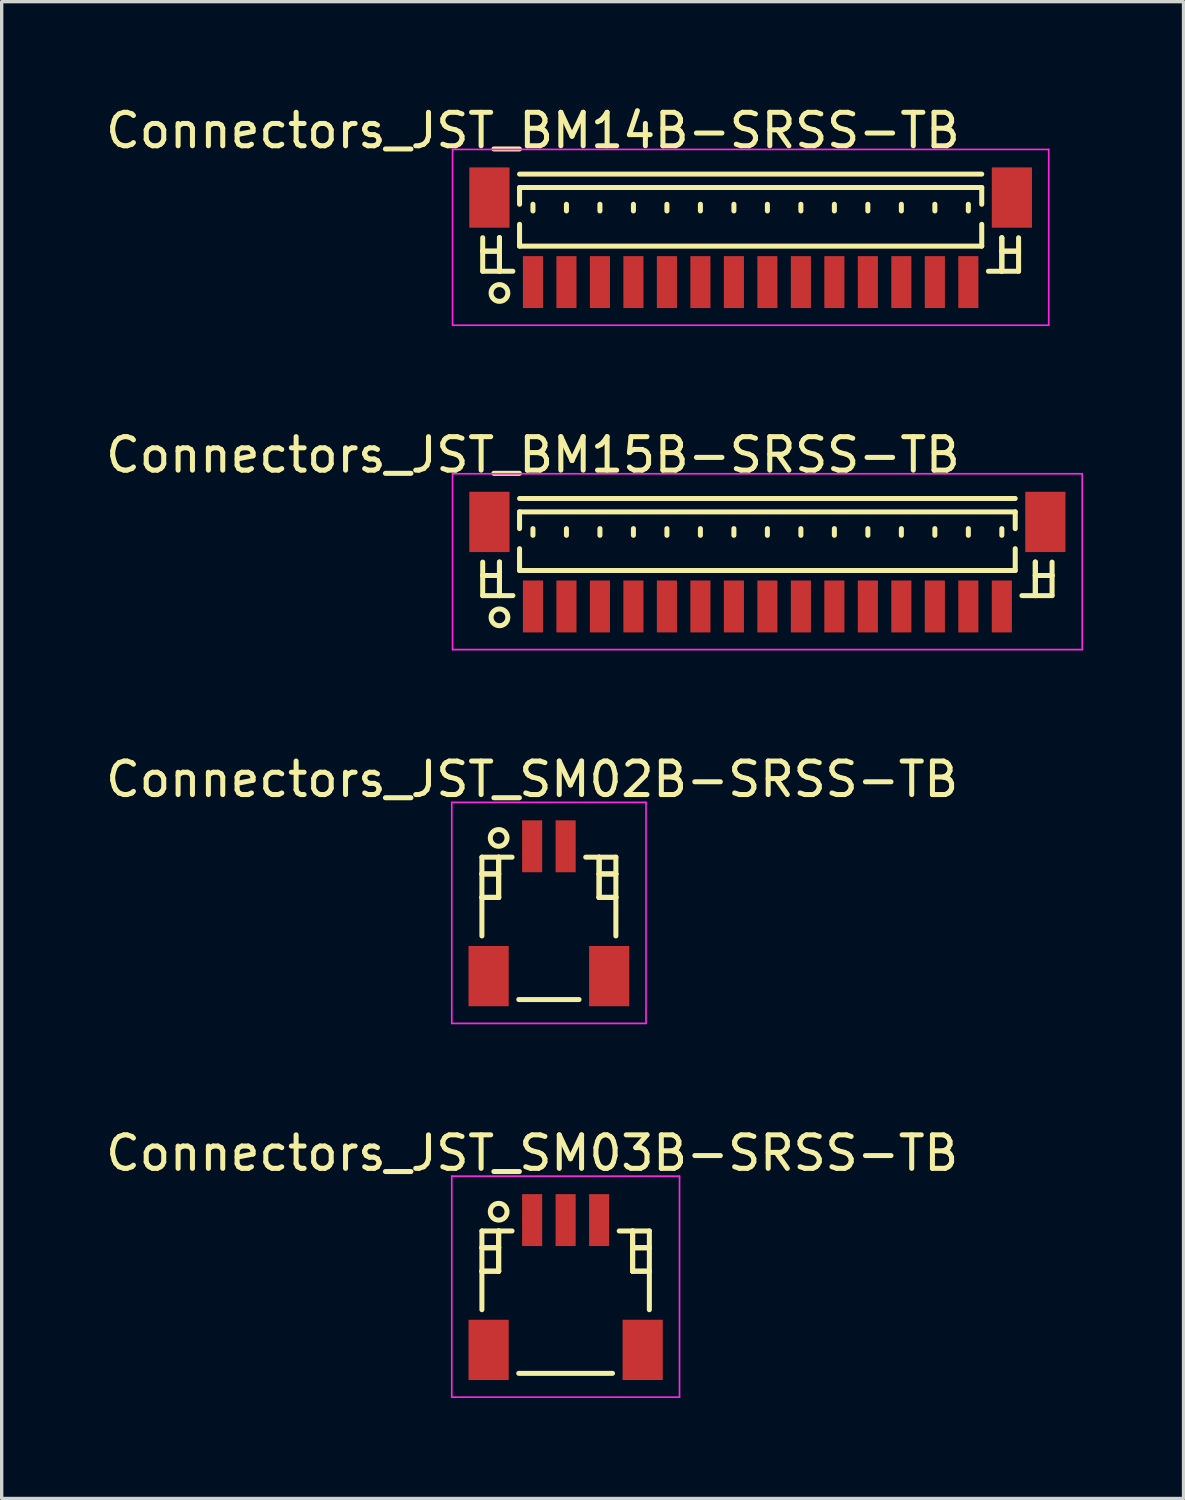
<source format=kicad_pcb>
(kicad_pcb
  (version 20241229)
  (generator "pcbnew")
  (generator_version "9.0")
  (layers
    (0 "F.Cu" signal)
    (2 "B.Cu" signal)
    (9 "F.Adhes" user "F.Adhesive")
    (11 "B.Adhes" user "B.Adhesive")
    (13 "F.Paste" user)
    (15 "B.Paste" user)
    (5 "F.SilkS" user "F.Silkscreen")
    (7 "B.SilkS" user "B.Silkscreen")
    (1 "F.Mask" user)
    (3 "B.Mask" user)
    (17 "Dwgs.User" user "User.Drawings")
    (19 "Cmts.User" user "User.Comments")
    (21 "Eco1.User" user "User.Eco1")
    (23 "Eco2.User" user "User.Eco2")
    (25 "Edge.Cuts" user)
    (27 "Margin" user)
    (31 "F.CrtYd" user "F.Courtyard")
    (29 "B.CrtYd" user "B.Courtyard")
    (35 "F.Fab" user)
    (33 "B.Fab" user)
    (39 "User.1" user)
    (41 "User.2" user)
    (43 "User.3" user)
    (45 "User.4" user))
  (footprint "Connectors_JST_SM02B-SRSS-TB"
    (layer "F.Cu")
    (at 13.339 24.157)
    (property "Reference" "Connectors_JST_SM02B-SRSS-TB" (at -0.5 -3.938 0) (layer "F.SilkS") (effects (font (size 1 1) (thickness 0.15))))
    (attr smd)
    (fp_line (start -2 -1.613) (end -1.1 -1.613) (stroke (width 0.15) (type solid)) (layer "F.SilkS"))
    (fp_line (start -2 -1.113) (end -2 -1.113) (stroke (width 0.15) (type solid)) (layer "F.SilkS"))
    (fp_line (start -2 -1.113) (end -1.5 -1.113) (stroke (width 0.15) (type solid)) (layer "F.SilkS"))
    (fp_line (start -2 -0.412) (end -2 -0.412) (stroke (width 0.15) (type solid)) (layer "F.SilkS"))
    (fp_line (start -2 -0.412) (end -1.5 -0.412) (stroke (width 0.15) (type solid)) (layer "F.SilkS"))
    (fp_line (start -2 0.738) (end -2 -1.613) (stroke (width 0.15) (type solid)) (layer "F.SilkS"))
    (fp_line (start -1.5 -1.613) (end -1.5 -1.613) (stroke (width 0.15) (type solid)) (layer "F.SilkS"))
    (fp_line (start -1.5 -1.613) (end -1.5 -0.412) (stroke (width 0.15) (type solid)) (layer "F.SilkS"))
    (fp_line (start -1.5 -1.113) (end -2 -1.113) (stroke (width 0.15) (type solid)) (layer "F.SilkS"))
    (fp_line (start -1.5 -1.113) (end -1.5 -1.113) (stroke (width 0.15) (type solid)) (layer "F.SilkS"))
    (fp_line (start -1.5 -0.412) (end -2 -0.412) (stroke (width 0.15) (type solid)) (layer "F.SilkS"))
    (fp_line (start -1.5 -0.412) (end -1.5 -1.613) (stroke (width 0.15) (type solid)) (layer "F.SilkS"))
    (fp_line (start -1.5 -0.412) (end -1.5 -0.412) (stroke (width 0.15) (type solid)) (layer "F.SilkS"))
    (fp_line (start -1.5 -0.412) (end -1.5 -0.412) (stroke (width 0.15) (type solid)) (layer "F.SilkS"))
    (fp_line (start -0.9 2.638) (end 0.9 2.638) (stroke (width 0.15) (type solid)) (layer "F.SilkS"))
    (fp_line (start 1.5 -1.613) (end 1.5 -1.613) (stroke (width 0.15) (type solid)) (layer "F.SilkS"))
    (fp_line (start 1.5 -1.613) (end 1.5 -0.412) (stroke (width 0.15) (type solid)) (layer "F.SilkS"))
    (fp_line (start 1.5 -1.113) (end 1.5 -1.113) (stroke (width 0.15) (type solid)) (layer "F.SilkS"))
    (fp_line (start 1.5 -1.113) (end 2 -1.113) (stroke (width 0.15) (type solid)) (layer "F.SilkS"))
    (fp_line (start 1.5 -0.412) (end 1.5 -1.613) (stroke (width 0.15) (type solid)) (layer "F.SilkS"))
    (fp_line (start 1.5 -0.412) (end 1.5 -0.412) (stroke (width 0.15) (type solid)) (layer "F.SilkS"))
    (fp_line (start 1.5 -0.412) (end 1.5 -0.412) (stroke (width 0.15) (type solid)) (layer "F.SilkS"))
    (fp_line (start 1.5 -0.412) (end 2 -0.412) (stroke (width 0.15) (type solid)) (layer "F.SilkS"))
    (fp_line (start 2 -1.613) (end 1.1 -1.613) (stroke (width 0.15) (type solid)) (layer "F.SilkS"))
    (fp_line (start 2 -1.113) (end 1.5 -1.113) (stroke (width 0.15) (type solid)) (layer "F.SilkS"))
    (fp_line (start 2 -1.113) (end 2 -1.113) (stroke (width 0.15) (type solid)) (layer "F.SilkS"))
    (fp_line (start 2 -0.412) (end 1.5 -0.412) (stroke (width 0.15) (type solid)) (layer "F.SilkS"))
    (fp_line (start 2 -0.412) (end 2 -0.412) (stroke (width 0.15) (type solid)) (layer "F.SilkS"))
    (fp_line (start 2 0.738) (end 2 -1.613) (stroke (width 0.15) (type solid)) (layer "F.SilkS"))
    (fp_circle (center -1.5 -2.188) (end -1.25 -2.188) (stroke (width 0.15) (type solid)) (fill no) (layer "F.SilkS"))
    (fp_line (start -2.9 -3.25) (end 2.9 -3.25) (stroke (width 0.05) (type solid)) (layer "F.CrtYd"))
    (fp_line (start -2.9 3.35) (end -2.9 -3.25) (stroke (width 0.05) (type solid)) (layer "F.CrtYd"))
    (fp_line (start 2.9 -3.25) (end 2.9 3.35) (stroke (width 0.05) (type solid)) (layer "F.CrtYd"))
    (fp_line (start 2.9 3.35) (end -2.9 3.35) (stroke (width 0.05) (type solid)) (layer "F.CrtYd"))
    (pad "" smd rect (at -1.8 1.938) (size 1.2 1.8) (layers "F.Cu" "F.Mask" "F.Paste"))
    (pad "" smd rect (at 1.8 1.938) (size 1.2 1.8) (layers "F.Cu" "F.Mask" "F.Paste"))
    (pad "1" smd rect (at -0.5 -1.938) (size 0.6 1.55) (layers "F.Cu" "F.Mask" "F.Paste"))
    (pad "2" smd rect (at 0.5 -1.938) (size 0.6 1.55) (layers "F.Cu" "F.Mask" "F.Paste")))
  (footprint "Connectors_JST_SM03B-SRSS-TB"
    (layer "F.Cu")
    (at 13.839 35.318)
    (property "Reference" "Connectors_JST_SM03B-SRSS-TB" (at -1 -3.938 0) (layer "F.SilkS") (effects (font (size 1 1) (thickness 0.15))))
    (attr smd)
    (fp_line (start -2.5 -1.613) (end -1.6 -1.613) (stroke (width 0.15) (type solid)) (layer "F.SilkS"))
    (fp_line (start -2.5 -1.113) (end -2.5 -1.113) (stroke (width 0.15) (type solid)) (layer "F.SilkS"))
    (fp_line (start -2.5 -1.113) (end -2 -1.113) (stroke (width 0.15) (type solid)) (layer "F.SilkS"))
    (fp_line (start -2.5 -0.412) (end -2.5 -0.412) (stroke (width 0.15) (type solid)) (layer "F.SilkS"))
    (fp_line (start -2.5 -0.412) (end -2 -0.412) (stroke (width 0.15) (type solid)) (layer "F.SilkS"))
    (fp_line (start -2.5 0.738) (end -2.5 -1.613) (stroke (width 0.15) (type solid)) (layer "F.SilkS"))
    (fp_line (start -2 -1.613) (end -2 -1.613) (stroke (width 0.15) (type solid)) (layer "F.SilkS"))
    (fp_line (start -2 -1.613) (end -2 -0.412) (stroke (width 0.15) (type solid)) (layer "F.SilkS"))
    (fp_line (start -2 -1.113) (end -2.5 -1.113) (stroke (width 0.15) (type solid)) (layer "F.SilkS"))
    (fp_line (start -2 -1.113) (end -2 -1.113) (stroke (width 0.15) (type solid)) (layer "F.SilkS"))
    (fp_line (start -2 -0.412) (end -2.5 -0.412) (stroke (width 0.15) (type solid)) (layer "F.SilkS"))
    (fp_line (start -2 -0.412) (end -2 -1.613) (stroke (width 0.15) (type solid)) (layer "F.SilkS"))
    (fp_line (start -2 -0.412) (end -2 -0.412) (stroke (width 0.15) (type solid)) (layer "F.SilkS"))
    (fp_line (start -2 -0.412) (end -2 -0.412) (stroke (width 0.15) (type solid)) (layer "F.SilkS"))
    (fp_line (start -1.4 2.638) (end 1.4 2.638) (stroke (width 0.15) (type solid)) (layer "F.SilkS"))
    (fp_line (start 2 -1.613) (end 2 -1.613) (stroke (width 0.15) (type solid)) (layer "F.SilkS"))
    (fp_line (start 2 -1.613) (end 2 -0.412) (stroke (width 0.15) (type solid)) (layer "F.SilkS"))
    (fp_line (start 2 -1.113) (end 2 -1.113) (stroke (width 0.15) (type solid)) (layer "F.SilkS"))
    (fp_line (start 2 -1.113) (end 2.5 -1.113) (stroke (width 0.15) (type solid)) (layer "F.SilkS"))
    (fp_line (start 2 -0.412) (end 2 -1.613) (stroke (width 0.15) (type solid)) (layer "F.SilkS"))
    (fp_line (start 2 -0.412) (end 2 -0.412) (stroke (width 0.15) (type solid)) (layer "F.SilkS"))
    (fp_line (start 2 -0.412) (end 2 -0.412) (stroke (width 0.15) (type solid)) (layer "F.SilkS"))
    (fp_line (start 2 -0.412) (end 2.5 -0.412) (stroke (width 0.15) (type solid)) (layer "F.SilkS"))
    (fp_line (start 2.5 -1.613) (end 1.6 -1.613) (stroke (width 0.15) (type solid)) (layer "F.SilkS"))
    (fp_line (start 2.5 -1.113) (end 2 -1.113) (stroke (width 0.15) (type solid)) (layer "F.SilkS"))
    (fp_line (start 2.5 -1.113) (end 2.5 -1.113) (stroke (width 0.15) (type solid)) (layer "F.SilkS"))
    (fp_line (start 2.5 -0.412) (end 2 -0.412) (stroke (width 0.15) (type solid)) (layer "F.SilkS"))
    (fp_line (start 2.5 -0.412) (end 2.5 -0.412) (stroke (width 0.15) (type solid)) (layer "F.SilkS"))
    (fp_line (start 2.5 0.738) (end 2.5 -1.613) (stroke (width 0.15) (type solid)) (layer "F.SilkS"))
    (fp_circle (center -2 -2.188) (end -1.75 -2.188) (stroke (width 0.15) (type solid)) (fill no) (layer "F.SilkS"))
    (fp_line (start -3.4 -3.25) (end 3.4 -3.25) (stroke (width 0.05) (type solid)) (layer "F.CrtYd"))
    (fp_line (start -3.4 3.35) (end -3.4 -3.25) (stroke (width 0.05) (type solid)) (layer "F.CrtYd"))
    (fp_line (start 3.4 -3.25) (end 3.4 3.35) (stroke (width 0.05) (type solid)) (layer "F.CrtYd"))
    (fp_line (start 3.4 3.35) (end -3.4 3.35) (stroke (width 0.05) (type solid)) (layer "F.CrtYd"))
    (pad "" smd rect (at -2.3 1.938) (size 1.2 1.8) (layers "F.Cu" "F.Mask" "F.Paste"))
    (pad "" smd rect (at 2.3 1.938) (size 1.2 1.8) (layers "F.Cu" "F.Mask" "F.Paste"))
    (pad "1" smd rect (at -1 -1.938) (size 0.6 1.55) (layers "F.Cu" "F.Mask" "F.Paste"))
    (pad "2" smd rect (at 0 -1.938) (size 0.6 1.55) (layers "F.Cu" "F.Mask" "F.Paste"))
    (pad "3" smd rect (at 1 -1.938) (size 0.6 1.55) (layers "F.Cu" "F.Mask" "F.Paste")))
  (footprint "Connectors_JST_BM14B-SRSS-TB"
    (layer "F.Cu")
    (at 19.363 4.111)
    (property "Reference" "Connectors_JST_BM14B-SRSS-TB" (at -6.5 -3.263 0) (layer "F.SilkS") (effects (font (size 1 1) (thickness 0.15))))
    (attr smd)
    (fp_line (start -8 -0.062) (end -8 0.938) (stroke (width 0.15) (type solid)) (layer "F.SilkS"))
    (fp_line (start -8 0.338) (end -8 0.338) (stroke (width 0.15) (type solid)) (layer "F.SilkS"))
    (fp_line (start -8 0.338) (end -7.5 0.338) (stroke (width 0.15) (type solid)) (layer "F.SilkS"))
    (fp_line (start -8 0.938) (end -7.1 0.938) (stroke (width 0.15) (type solid)) (layer "F.SilkS"))
    (fp_line (start -7.5 -0.062) (end -7.5 -0.062) (stroke (width 0.15) (type solid)) (layer "F.SilkS"))
    (fp_line (start -7.5 -0.062) (end -7.5 0.938) (stroke (width 0.15) (type solid)) (layer "F.SilkS"))
    (fp_line (start -7.5 0.338) (end -8 0.338) (stroke (width 0.15) (type solid)) (layer "F.SilkS"))
    (fp_line (start -7.5 0.338) (end -7.5 0.338) (stroke (width 0.15) (type solid)) (layer "F.SilkS"))
    (fp_line (start -7.5 0.938) (end -7.5 -0.062) (stroke (width 0.15) (type solid)) (layer "F.SilkS"))
    (fp_line (start -7.5 0.938) (end -7.5 0.938) (stroke (width 0.15) (type solid)) (layer "F.SilkS"))
    (fp_line (start -6.9 -1.962) (end 6.9 -1.962) (stroke (width 0.15) (type solid)) (layer "F.SilkS"))
    (fp_line (start -6.9 -1.562) (end 6.9 -1.562) (stroke (width 0.15) (type solid)) (layer "F.SilkS"))
    (fp_line (start -6.9 -1.062) (end -6.9 -1.562) (stroke (width 0.15) (type solid)) (layer "F.SilkS"))
    (fp_line (start -6.9 -0.463) (end -6.9 0.188) (stroke (width 0.15) (type solid)) (layer "F.SilkS"))
    (fp_line (start -6.9 0.188) (end 6.9 0.188) (stroke (width 0.15) (type solid)) (layer "F.SilkS"))
    (fp_line (start -6.5 -1.062) (end -6.5 -0.863) (stroke (width 0.15) (type solid)) (layer "F.SilkS"))
    (fp_line (start -5.5 -1.062) (end -5.5 -0.863) (stroke (width 0.15) (type solid)) (layer "F.SilkS"))
    (fp_line (start -4.5 -1.062) (end -4.5 -0.863) (stroke (width 0.15) (type solid)) (layer "F.SilkS"))
    (fp_line (start -3.5 -1.062) (end -3.5 -0.863) (stroke (width 0.15) (type solid)) (layer "F.SilkS"))
    (fp_line (start -2.5 -1.062) (end -2.5 -0.863) (stroke (width 0.15) (type solid)) (layer "F.SilkS"))
    (fp_line (start -1.5 -1.062) (end -1.5 -0.863) (stroke (width 0.15) (type solid)) (layer "F.SilkS"))
    (fp_line (start -0.5 -1.062) (end -0.5 -0.863) (stroke (width 0.15) (type solid)) (layer "F.SilkS"))
    (fp_line (start 0.5 -1.062) (end 0.5 -0.863) (stroke (width 0.15) (type solid)) (layer "F.SilkS"))
    (fp_line (start 1.5 -1.062) (end 1.5 -0.863) (stroke (width 0.15) (type solid)) (layer "F.SilkS"))
    (fp_line (start 2.5 -1.062) (end 2.5 -0.863) (stroke (width 0.15) (type solid)) (layer "F.SilkS"))
    (fp_line (start 3.5 -1.062) (end 3.5 -0.863) (stroke (width 0.15) (type solid)) (layer "F.SilkS"))
    (fp_line (start 4.5 -1.062) (end 4.5 -0.863) (stroke (width 0.15) (type solid)) (layer "F.SilkS"))
    (fp_line (start 5.5 -1.062) (end 5.5 -0.863) (stroke (width 0.15) (type solid)) (layer "F.SilkS"))
    (fp_line (start 6.5 -1.062) (end 6.5 -0.863) (stroke (width 0.15) (type solid)) (layer "F.SilkS"))
    (fp_line (start 6.9 -1.562) (end 6.9 -1.062) (stroke (width 0.15) (type solid)) (layer "F.SilkS"))
    (fp_line (start 6.9 0.188) (end 6.9 -0.463) (stroke (width 0.15) (type solid)) (layer "F.SilkS"))
    (fp_line (start 7.5 -0.062) (end 7.5 -0.062) (stroke (width 0.15) (type solid)) (layer "F.SilkS"))
    (fp_line (start 7.5 -0.062) (end 7.5 0.938) (stroke (width 0.15) (type solid)) (layer "F.SilkS"))
    (fp_line (start 7.5 0.338) (end 7.5 0.338) (stroke (width 0.15) (type solid)) (layer "F.SilkS"))
    (fp_line (start 7.5 0.338) (end 8 0.338) (stroke (width 0.15) (type solid)) (layer "F.SilkS"))
    (fp_line (start 7.5 0.938) (end 7.5 -0.062) (stroke (width 0.15) (type solid)) (layer "F.SilkS"))
    (fp_line (start 7.5 0.938) (end 7.5 0.938) (stroke (width 0.15) (type solid)) (layer "F.SilkS"))
    (fp_line (start 8 -0.062) (end 8 0.938) (stroke (width 0.15) (type solid)) (layer "F.SilkS"))
    (fp_line (start 8 0.338) (end 7.5 0.338) (stroke (width 0.15) (type solid)) (layer "F.SilkS"))
    (fp_line (start 8 0.338) (end 8 0.338) (stroke (width 0.15) (type solid)) (layer "F.SilkS"))
    (fp_line (start 8 0.938) (end 7.1 0.938) (stroke (width 0.15) (type solid)) (layer "F.SilkS"))
    (fp_circle (center -7.5 1.587) (end -7.25 1.587) (stroke (width 0.15) (type solid)) (fill no) (layer "F.SilkS"))
    (fp_line (start -8.9 -2.7) (end 8.9 -2.7) (stroke (width 0.05) (type solid)) (layer "F.CrtYd"))
    (fp_line (start -8.9 2.55) (end -8.9 -2.7) (stroke (width 0.05) (type solid)) (layer "F.CrtYd"))
    (fp_line (start 8.9 -2.7) (end 8.9 2.55) (stroke (width 0.05) (type solid)) (layer "F.CrtYd"))
    (fp_line (start 8.9 2.55) (end -8.9 2.55) (stroke (width 0.05) (type solid)) (layer "F.CrtYd"))
    (pad "" smd rect (at -7.8 -1.262) (size 1.2 1.8) (layers "F.Cu" "F.Mask" "F.Paste"))
    (pad "" smd rect (at 7.8 -1.262) (size 1.2 1.8) (layers "F.Cu" "F.Mask" "F.Paste"))
    (pad "1" smd rect (at -6.5 1.262) (size 0.6 1.55) (layers "F.Cu" "F.Mask" "F.Paste"))
    (pad "2" smd rect (at -5.5 1.262) (size 0.6 1.55) (layers "F.Cu" "F.Mask" "F.Paste"))
    (pad "3" smd rect (at -4.5 1.262) (size 0.6 1.55) (layers "F.Cu" "F.Mask" "F.Paste"))
    (pad "4" smd rect (at -3.5 1.262) (size 0.6 1.55) (layers "F.Cu" "F.Mask" "F.Paste"))
    (pad "5" smd rect (at -2.5 1.262) (size 0.6 1.55) (layers "F.Cu" "F.Mask" "F.Paste"))
    (pad "6" smd rect (at -1.5 1.262) (size 0.6 1.55) (layers "F.Cu" "F.Mask" "F.Paste"))
    (pad "7" smd rect (at -0.5 1.262) (size 0.6 1.55) (layers "F.Cu" "F.Mask" "F.Paste"))
    (pad "8" smd rect (at 0.5 1.262) (size 0.6 1.55) (layers "F.Cu" "F.Mask" "F.Paste"))
    (pad "9" smd rect (at 1.5 1.262) (size 0.6 1.55) (layers "F.Cu" "F.Mask" "F.Paste"))
    (pad "10" smd rect (at 2.5 1.262) (size 0.6 1.55) (layers "F.Cu" "F.Mask" "F.Paste"))
    (pad "11" smd rect (at 3.5 1.262) (size 0.6 1.55) (layers "F.Cu" "F.Mask" "F.Paste"))
    (pad "12" smd rect (at 4.5 1.262) (size 0.6 1.55) (layers "F.Cu" "F.Mask" "F.Paste"))
    (pad "13" smd rect (at 5.5 1.262) (size 0.6 1.55) (layers "F.Cu" "F.Mask" "F.Paste"))
    (pad "14" smd rect (at 6.5 1.262) (size 0.6 1.55) (layers "F.Cu" "F.Mask" "F.Paste")))
  (footprint "Connectors_JST_BM15B-SRSS-TB"
    (layer "F.Cu")
    (at 19.863 13.796)
    (property "Reference" "Connectors_JST_BM15B-SRSS-TB" (at -7 -3.263 0) (layer "F.SilkS") (effects (font (size 1 1) (thickness 0.15))))
    (attr smd)
    (fp_line (start -8.5 -0.062) (end -8.5 0.938) (stroke (width 0.15) (type solid)) (layer "F.SilkS"))
    (fp_line (start -8.5 0.338) (end -8.5 0.338) (stroke (width 0.15) (type solid)) (layer "F.SilkS"))
    (fp_line (start -8.5 0.338) (end -8 0.338) (stroke (width 0.15) (type solid)) (layer "F.SilkS"))
    (fp_line (start -8.5 0.938) (end -7.6 0.938) (stroke (width 0.15) (type solid)) (layer "F.SilkS"))
    (fp_line (start -8 -0.062) (end -8 -0.062) (stroke (width 0.15) (type solid)) (layer "F.SilkS"))
    (fp_line (start -8 -0.062) (end -8 0.938) (stroke (width 0.15) (type solid)) (layer "F.SilkS"))
    (fp_line (start -8 0.338) (end -8.5 0.338) (stroke (width 0.15) (type solid)) (layer "F.SilkS"))
    (fp_line (start -8 0.338) (end -8 0.338) (stroke (width 0.15) (type solid)) (layer "F.SilkS"))
    (fp_line (start -8 0.938) (end -8 -0.062) (stroke (width 0.15) (type solid)) (layer "F.SilkS"))
    (fp_line (start -8 0.938) (end -8 0.938) (stroke (width 0.15) (type solid)) (layer "F.SilkS"))
    (fp_line (start -7.4 -1.962) (end 7.4 -1.962) (stroke (width 0.15) (type solid)) (layer "F.SilkS"))
    (fp_line (start -7.4 -1.562) (end 7.4 -1.562) (stroke (width 0.15) (type solid)) (layer "F.SilkS"))
    (fp_line (start -7.4 -1.062) (end -7.4 -1.562) (stroke (width 0.15) (type solid)) (layer "F.SilkS"))
    (fp_line (start -7.4 -0.463) (end -7.4 0.188) (stroke (width 0.15) (type solid)) (layer "F.SilkS"))
    (fp_line (start -7.4 0.188) (end 7.4 0.188) (stroke (width 0.15) (type solid)) (layer "F.SilkS"))
    (fp_line (start -7 -1.062) (end -7 -0.863) (stroke (width 0.15) (type solid)) (layer "F.SilkS"))
    (fp_line (start -6 -1.062) (end -6 -0.863) (stroke (width 0.15) (type solid)) (layer "F.SilkS"))
    (fp_line (start -5 -1.062) (end -5 -0.863) (stroke (width 0.15) (type solid)) (layer "F.SilkS"))
    (fp_line (start -4 -1.062) (end -4 -0.863) (stroke (width 0.15) (type solid)) (layer "F.SilkS"))
    (fp_line (start -3 -1.062) (end -3 -0.863) (stroke (width 0.15) (type solid)) (layer "F.SilkS"))
    (fp_line (start -2 -1.062) (end -2 -0.863) (stroke (width 0.15) (type solid)) (layer "F.SilkS"))
    (fp_line (start -1 -1.062) (end -1 -0.863) (stroke (width 0.15) (type solid)) (layer "F.SilkS"))
    (fp_line (start 0 -1.062) (end 0 -0.863) (stroke (width 0.15) (type solid)) (layer "F.SilkS"))
    (fp_line (start 1 -1.062) (end 1 -0.863) (stroke (width 0.15) (type solid)) (layer "F.SilkS"))
    (fp_line (start 2 -1.062) (end 2 -0.863) (stroke (width 0.15) (type solid)) (layer "F.SilkS"))
    (fp_line (start 3 -1.062) (end 3 -0.863) (stroke (width 0.15) (type solid)) (layer "F.SilkS"))
    (fp_line (start 4 -1.062) (end 4 -0.863) (stroke (width 0.15) (type solid)) (layer "F.SilkS"))
    (fp_line (start 5 -1.062) (end 5 -0.863) (stroke (width 0.15) (type solid)) (layer "F.SilkS"))
    (fp_line (start 6 -1.062) (end 6 -0.863) (stroke (width 0.15) (type solid)) (layer "F.SilkS"))
    (fp_line (start 7 -1.062) (end 7 -0.863) (stroke (width 0.15) (type solid)) (layer "F.SilkS"))
    (fp_line (start 7.4 -1.562) (end 7.4 -1.062) (stroke (width 0.15) (type solid)) (layer "F.SilkS"))
    (fp_line (start 7.4 0.188) (end 7.4 -0.463) (stroke (width 0.15) (type solid)) (layer "F.SilkS"))
    (fp_line (start 8 -0.062) (end 8 -0.062) (stroke (width 0.15) (type solid)) (layer "F.SilkS"))
    (fp_line (start 8 -0.062) (end 8 0.938) (stroke (width 0.15) (type solid)) (layer "F.SilkS"))
    (fp_line (start 8 0.338) (end 8 0.338) (stroke (width 0.15) (type solid)) (layer "F.SilkS"))
    (fp_line (start 8 0.338) (end 8.5 0.338) (stroke (width 0.15) (type solid)) (layer "F.SilkS"))
    (fp_line (start 8 0.938) (end 8 -0.062) (stroke (width 0.15) (type solid)) (layer "F.SilkS"))
    (fp_line (start 8 0.938) (end 8 0.938) (stroke (width 0.15) (type solid)) (layer "F.SilkS"))
    (fp_line (start 8.5 -0.062) (end 8.5 0.938) (stroke (width 0.15) (type solid)) (layer "F.SilkS"))
    (fp_line (start 8.5 0.338) (end 8 0.338) (stroke (width 0.15) (type solid)) (layer "F.SilkS"))
    (fp_line (start 8.5 0.338) (end 8.5 0.338) (stroke (width 0.15) (type solid)) (layer "F.SilkS"))
    (fp_line (start 8.5 0.938) (end 7.6 0.938) (stroke (width 0.15) (type solid)) (layer "F.SilkS"))
    (fp_circle (center -8 1.587) (end -7.75 1.587) (stroke (width 0.15) (type solid)) (fill no) (layer "F.SilkS"))
    (fp_line (start -9.4 -2.7) (end 9.4 -2.7) (stroke (width 0.05) (type solid)) (layer "F.CrtYd"))
    (fp_line (start -9.4 2.55) (end -9.4 -2.7) (stroke (width 0.05) (type solid)) (layer "F.CrtYd"))
    (fp_line (start 9.4 -2.7) (end 9.4 2.55) (stroke (width 0.05) (type solid)) (layer "F.CrtYd"))
    (fp_line (start 9.4 2.55) (end -9.4 2.55) (stroke (width 0.05) (type solid)) (layer "F.CrtYd"))
    (pad "" smd rect (at -8.3 -1.262) (size 1.2 1.8) (layers "F.Cu" "F.Mask" "F.Paste"))
    (pad "" smd rect (at 8.3 -1.262) (size 1.2 1.8) (layers "F.Cu" "F.Mask" "F.Paste"))
    (pad "1" smd rect (at -7 1.262) (size 0.6 1.55) (layers "F.Cu" "F.Mask" "F.Paste"))
    (pad "2" smd rect (at -6 1.262) (size 0.6 1.55) (layers "F.Cu" "F.Mask" "F.Paste"))
    (pad "3" smd rect (at -5 1.262) (size 0.6 1.55) (layers "F.Cu" "F.Mask" "F.Paste"))
    (pad "4" smd rect (at -4 1.262) (size 0.6 1.55) (layers "F.Cu" "F.Mask" "F.Paste"))
    (pad "5" smd rect (at -3 1.262) (size 0.6 1.55) (layers "F.Cu" "F.Mask" "F.Paste"))
    (pad "6" smd rect (at -2 1.262) (size 0.6 1.55) (layers "F.Cu" "F.Mask" "F.Paste"))
    (pad "7" smd rect (at -1 1.262) (size 0.6 1.55) (layers "F.Cu" "F.Mask" "F.Paste"))
    (pad "8" smd rect (at 0 1.262) (size 0.6 1.55) (layers "F.Cu" "F.Mask" "F.Paste"))
    (pad "9" smd rect (at 1 1.262) (size 0.6 1.55) (layers "F.Cu" "F.Mask" "F.Paste"))
    (pad "10" smd rect (at 2 1.262) (size 0.6 1.55) (layers "F.Cu" "F.Mask" "F.Paste"))
    (pad "11" smd rect (at 3 1.262) (size 0.6 1.55) (layers "F.Cu" "F.Mask" "F.Paste"))
    (pad "12" smd rect (at 4 1.262) (size 0.6 1.55) (layers "F.Cu" "F.Mask" "F.Paste"))
    (pad "13" smd rect (at 5 1.262) (size 0.6 1.55) (layers "F.Cu" "F.Mask" "F.Paste"))
    (pad "14" smd rect (at 6 1.262) (size 0.6 1.55) (layers "F.Cu" "F.Mask" "F.Paste"))
    (pad "15" smd rect (at 7 1.262) (size 0.6 1.55) (layers "F.Cu" "F.Mask" "F.Paste")))
  (gr_rect
    (start -3 -3)
    (end 32.288 41.693)
    (stroke (width 0.1) (type default))
    (fill no)
    (layer "Edge.Cuts")))
</source>
